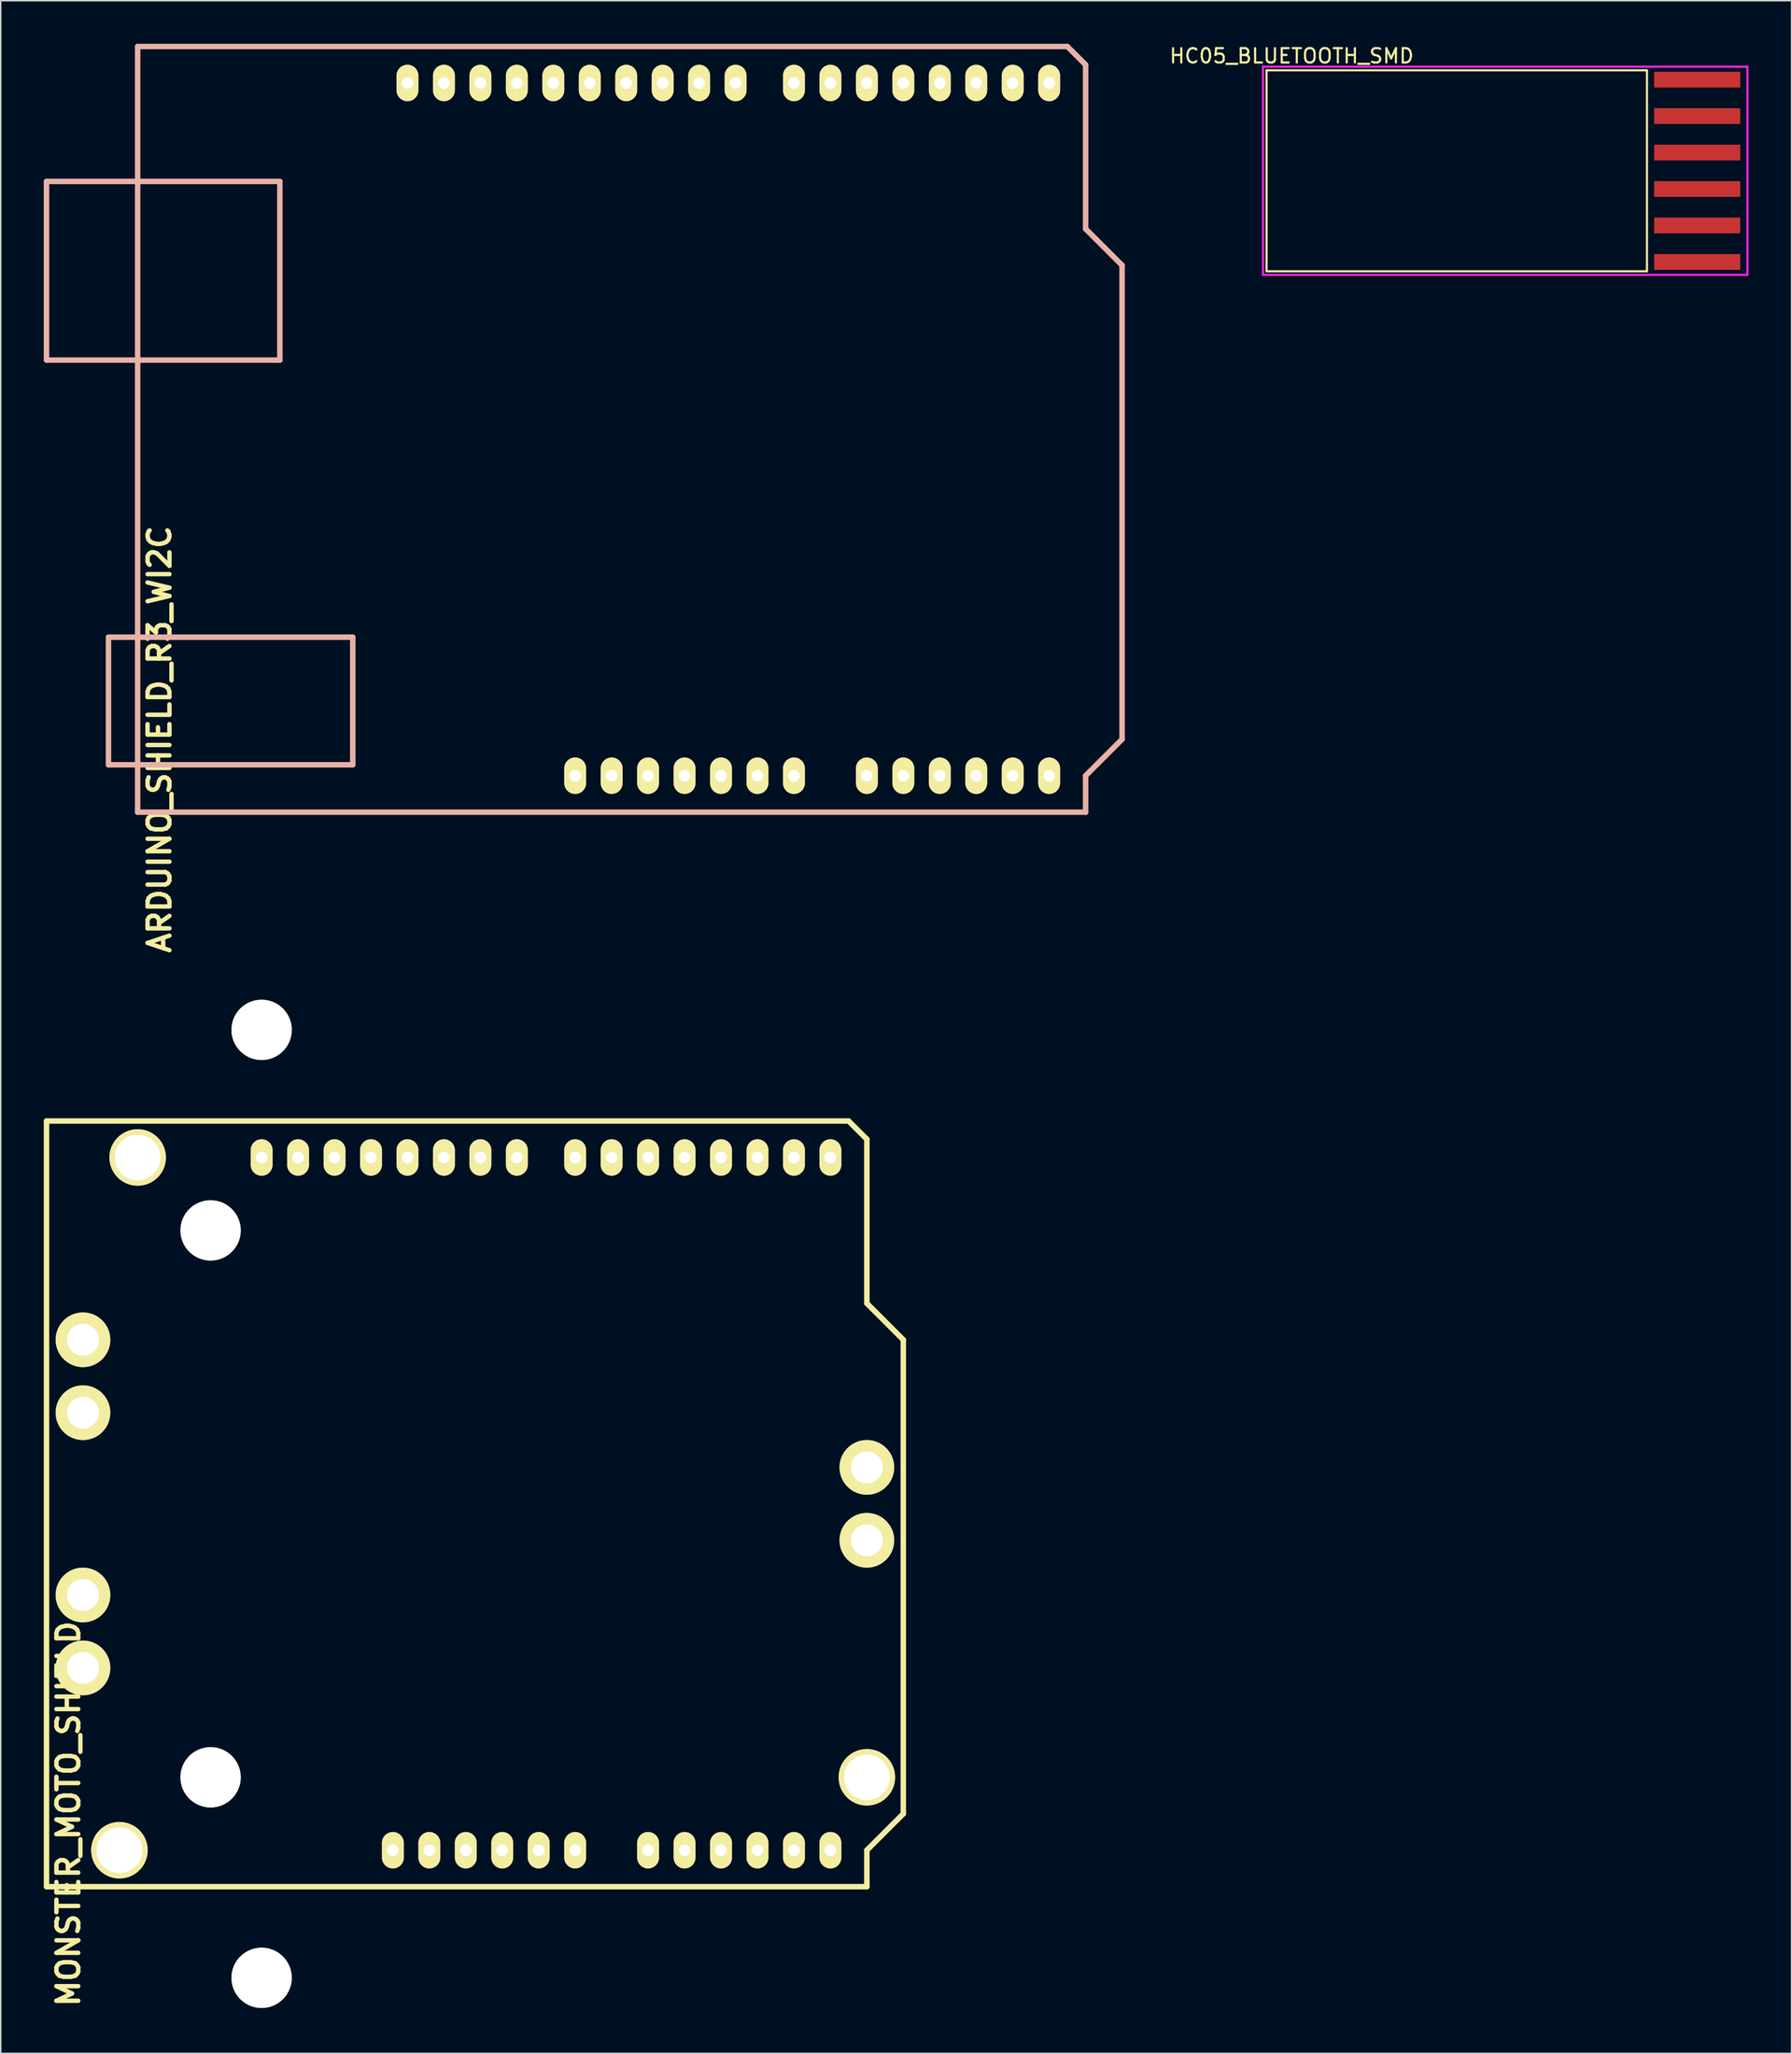
<source format=kicad_pcb>
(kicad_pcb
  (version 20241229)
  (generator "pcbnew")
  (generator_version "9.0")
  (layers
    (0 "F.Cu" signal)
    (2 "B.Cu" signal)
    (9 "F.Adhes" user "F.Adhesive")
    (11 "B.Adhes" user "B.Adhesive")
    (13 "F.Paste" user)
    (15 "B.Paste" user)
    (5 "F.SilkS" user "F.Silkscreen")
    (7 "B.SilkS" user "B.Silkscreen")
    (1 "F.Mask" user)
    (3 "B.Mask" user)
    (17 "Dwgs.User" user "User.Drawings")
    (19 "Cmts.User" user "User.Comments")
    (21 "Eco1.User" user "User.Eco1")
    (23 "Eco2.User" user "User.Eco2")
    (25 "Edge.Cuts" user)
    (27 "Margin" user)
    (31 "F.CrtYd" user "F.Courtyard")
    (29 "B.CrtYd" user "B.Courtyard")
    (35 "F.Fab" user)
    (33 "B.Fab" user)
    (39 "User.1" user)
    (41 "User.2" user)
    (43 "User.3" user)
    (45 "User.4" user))
  (footprint "MONSTER_MOTO_SHIELD"
    (layer "F.Cu")
    (at 59.88 128.386)
    (property "Reference" "MONSTER_MOTO_SHIELD" (at -58.166 -5.08 90) (layer "F.SilkS") (effects (font (size 1.524 1.524) (thickness 0.305))))
    (attr through_hole)
    (fp_line (start -59.69 0) (end -59.69 -53.34) (stroke (width 0.381) (type solid)) (layer "F.SilkS"))
    (fp_line (start -3.81 -53.34) (end -59.69 -53.34) (stroke (width 0.381) (type solid)) (layer "F.SilkS"))
    (fp_line (start -2.54 -52.07) (end -3.81 -53.34) (stroke (width 0.381) (type solid)) (layer "F.SilkS"))
    (fp_line (start -2.54 -40.64) (end -2.54 -52.07) (stroke (width 0.381) (type solid)) (layer "F.SilkS"))
    (fp_line (start -2.54 -40.64) (end 0 -38.1) (stroke (width 0.381) (type solid)) (layer "F.SilkS"))
    (fp_line (start -2.54 -2.54) (end -2.54 0) (stroke (width 0.381) (type solid)) (layer "F.SilkS"))
    (fp_line (start -2.54 0) (end -59.69 0) (stroke (width 0.381) (type solid)) (layer "F.SilkS"))
    (fp_line (start 0 -38.1) (end 0 -5.08) (stroke (width 0.381) (type solid)) (layer "F.SilkS"))
    (fp_line (start 0 -5.08) (end -2.54 -2.54) (stroke (width 0.381) (type solid)) (layer "F.SilkS"))
    (pad "" thru_hole circle (at -54.61 -2.54 90) (size 3.937 3.937) (drill 3.175) (layers "*.Cu" "*.Mask" "F.SilkS"))
    (pad "" thru_hole circle (at -53.34 -50.8 90) (size 3.937 3.937) (drill 3.175) (layers "*.Cu" "*.Mask" "F.SilkS"))
    (pad "" np_thru_hole circle (at -48.26 -45.72) (size 4.2 4.2) (drill 4.2) (layers "*.Cu" "*.Mask" "F.SilkS"))
    (pad "" np_thru_hole circle (at -48.26 -7.62) (size 4.2 4.2) (drill 4.2) (layers "*.Cu" "*.Mask" "F.SilkS"))
    (pad "" np_thru_hole circle (at -44.705 -59.69) (size 4.2 4.2) (drill 4.2) (layers "*.Cu" "*.Mask" "F.SilkS"))
    (pad "" np_thru_hole circle (at -44.705 6.35) (size 4.2 4.2) (drill 4.2) (layers "*.Cu" "*.Mask" "F.SilkS"))
    (pad "" thru_hole circle (at -2.54 -7.62 90) (size 3.937 3.937) (drill 3.175) (layers "*.Cu" "*.Mask" "F.SilkS"))
    (pad "+12V" thru_hole circle (at -2.54 -24.13) (size 3.81 3.81) (drill 2.223) (layers "*.Cu" "*.Mask" "F.SilkS"))
    (pad "0" thru_hole oval (at -5.08 -50.8 90) (size 2.54 1.524) (drill 0.813) (layers "*.Cu" "*.Mask" "F.SilkS"))
    (pad "1" thru_hole oval (at -7.62 -50.8 90) (size 2.54 1.524) (drill 0.813) (layers "*.Cu" "*.Mask" "F.SilkS"))
    (pad "2" thru_hole oval (at -10.16 -50.8 90) (size 2.54 1.524) (drill 0.813) (layers "*.Cu" "*.Mask" "F.SilkS"))
    (pad "3" thru_hole oval (at -12.7 -50.8 90) (size 2.54 1.524) (drill 0.813) (layers "*.Cu" "*.Mask" "F.SilkS"))
    (pad "3V3" thru_hole oval (at -33.02 -2.54 90) (size 2.54 1.524) (drill 0.813) (layers "*.Cu" "*.Mask" "F.SilkS"))
    (pad "4" thru_hole oval (at -15.24 -50.8 90) (size 2.54 1.524) (drill 0.813) (layers "*.Cu" "*.Mask" "F.SilkS"))
    (pad "5" thru_hole oval (at -17.78 -50.8 90) (size 2.54 1.524) (drill 0.813) (layers "*.Cu" "*.Mask" "F.SilkS"))
    (pad "5V" thru_hole oval (at -30.48 -2.54 90) (size 2.54 1.524) (drill 0.813) (layers "*.Cu" "*.Mask" "F.SilkS"))
    (pad "6" thru_hole oval (at -20.32 -50.8 90) (size 2.54 1.524) (drill 0.813) (layers "*.Cu" "*.Mask" "F.SilkS"))
    (pad "7" thru_hole oval (at -22.86 -50.8 90) (size 2.54 1.524) (drill 0.813) (layers "*.Cu" "*.Mask" "F.SilkS"))
    (pad "8" thru_hole oval (at -26.924 -50.8 90) (size 2.54 1.524) (drill 0.813) (layers "*.Cu" "*.Mask" "F.SilkS"))
    (pad "9" thru_hole oval (at -29.464 -50.8 90) (size 2.54 1.524) (drill 0.813) (layers "*.Cu" "*.Mask" "F.SilkS"))
    (pad "10" thru_hole oval (at -32.004 -50.8 90) (size 2.54 1.524) (drill 0.813) (layers "*.Cu" "*.Mask" "F.SilkS"))
    (pad "11" thru_hole oval (at -34.544 -50.8 90) (size 2.54 1.524) (drill 0.813) (layers "*.Cu" "*.Mask" "F.SilkS"))
    (pad "12" thru_hole oval (at -37.084 -50.8 90) (size 2.54 1.524) (drill 0.813) (layers "*.Cu" "*.Mask" "F.SilkS"))
    (pad "13" thru_hole oval (at -39.624 -50.8 90) (size 2.54 1.524) (drill 0.813) (layers "*.Cu" "*.Mask" "F.SilkS"))
    (pad "AD0" thru_hole oval (at -17.78 -2.54 90) (size 2.54 1.524) (drill 0.813) (layers "*.Cu" "*.Mask" "F.SilkS"))
    (pad "AD1" thru_hole oval (at -15.24 -2.54 90) (size 2.54 1.524) (drill 0.813) (layers "*.Cu" "*.Mask" "F.SilkS"))
    (pad "AD2" thru_hole oval (at -12.7 -2.54 90) (size 2.54 1.524) (drill 0.813) (layers "*.Cu" "*.Mask" "F.SilkS"))
    (pad "AD3" thru_hole oval (at -10.16 -2.54 90) (size 2.54 1.524) (drill 0.813) (layers "*.Cu" "*.Mask" "F.SilkS"))
    (pad "AD4" thru_hole oval (at -7.62 -2.54 90) (size 2.54 1.524) (drill 0.813) (layers "*.Cu" "*.Mask" "F.SilkS"))
    (pad "AD5" thru_hole oval (at -5.08 -2.54 90) (size 2.54 1.524) (drill 0.813) (layers "*.Cu" "*.Mask" "F.SilkS"))
    (pad "AREF" thru_hole oval (at -44.704 -50.8 90) (size 2.54 1.524) (drill 0.813) (layers "*.Cu" "*.Mask" "F.SilkS"))
    (pad "GND1" thru_hole oval (at -27.94 -2.54 90) (size 2.54 1.524) (drill 0.813) (layers "*.Cu" "*.Mask" "F.SilkS"))
    (pad "GND2" thru_hole oval (at -25.4 -2.54 90) (size 2.54 1.524) (drill 0.813) (layers "*.Cu" "*.Mask" "F.SilkS"))
    (pad "GND3" thru_hole oval (at -42.164 -50.8 90) (size 2.54 1.524) (drill 0.813) (layers "*.Cu" "*.Mask" "F.SilkS"))
    (pad "OA1" thru_hole circle (at -57.15 -15.24) (size 3.81 3.81) (drill 2.223) (layers "*.Cu" "*.Mask" "F.SilkS"))
    (pad "OA2" thru_hole circle (at -57.15 -33.02) (size 3.81 3.81) (drill 2.223) (layers "*.Cu" "*.Mask" "F.SilkS"))
    (pad "OB1" thru_hole circle (at -57.15 -20.32) (size 3.81 3.81) (drill 2.223) (layers "*.Cu" "*.Mask" "F.SilkS"))
    (pad "OB2" thru_hole circle (at -57.15 -38.1) (size 3.81 3.81) (drill 2.223) (layers "*.Cu" "*.Mask" "F.SilkS"))
    (pad "PGND" thru_hole circle (at -2.54 -29.21) (size 3.81 3.81) (drill 2.223) (layers "*.Cu" "*.Mask" "F.SilkS"))
    (pad "RST" thru_hole oval (at -35.56 -2.54 90) (size 2.54 1.524) (drill 0.813) (layers "*.Cu" "*.Mask" "F.SilkS"))
    (pad "V_IN" thru_hole oval (at -22.86 -2.54 90) (size 2.54 1.524) (drill 0.813) (layers "*.Cu" "*.Mask" "F.SilkS")))
  (footprint "HC05_BLUETOOTH_SMD"
    (layer "F.Cu")
    (at 115.186 8.848)
    (property "Reference" "HC05_BLUETOOTH_SMD" (at -28.25 -8 0) (layer "F.SilkS") (effects (font (size 1 1) (thickness 0.15))))
    (attr through_hole)
    (fp_line (start -30 -7) (end -30 7) (stroke (width 0.15) (type solid)) (layer "F.SilkS"))
    (fp_line (start -30 7) (end -3.5 7) (stroke (width 0.15) (type solid)) (layer "F.SilkS"))
    (fp_line (start -3.5 -7) (end -30 -7) (stroke (width 0.15) (type solid)) (layer "F.SilkS"))
    (fp_line (start -3.5 -7) (end -3.5 7) (stroke (width 0.15) (type solid)) (layer "F.SilkS"))
    (fp_line (start -30.25 -7.25) (end -30.25 7.25) (stroke (width 0.15) (type solid)) (layer "F.CrtYd"))
    (fp_line (start -30.25 7.25) (end 3.5 7.25) (stroke (width 0.15) (type solid)) (layer "F.CrtYd"))
    (fp_line (start 3.5 -7.25) (end -30.25 -7.25) (stroke (width 0.15) (type solid)) (layer "F.CrtYd"))
    (fp_line (start 3.5 7.25) (end 3.5 -7.25) (stroke (width 0.15) (type solid)) (layer "F.CrtYd"))
    (pad "1" smd rect (at 0 -6.35) (size 6 1.1) (layers "F.Cu" "F.Mask" "F.Paste"))
    (pad "2" smd rect (at 0 -3.81) (size 6 1.1) (layers "F.Cu" "F.Mask" "F.Paste"))
    (pad "3" smd rect (at 0 -1.27) (size 6 1.1) (layers "F.Cu" "F.Mask" "F.Paste"))
    (pad "4" smd rect (at 0 1.27) (size 6 1.1) (layers "F.Cu" "F.Mask" "F.Paste"))
    (pad "5" smd rect (at 0 3.81) (size 6 1.1) (layers "F.Cu" "F.Mask" "F.Paste"))
    (pad "6" smd rect (at 0 6.35) (size 6 1.1) (layers "F.Cu" "F.Mask" "F.Paste")))
  (footprint "ARDUINO_SHIELD_R3_WI2C"
    (layer "F.Cu")
    (at 6.54 53.531)
    (property "Reference" "ARDUINO_SHIELD_R3_WI2C" (at 1.524 -5.08 90) (layer "F.SilkS") (effects (font (size 1.524 1.524) (thickness 0.305))))
    (attr through_hole)
    (fp_line (start -6.35 -43.942) (end 9.906 -43.942) (stroke (width 0.381) (type solid)) (layer "B.SilkS"))
    (fp_line (start -6.35 -31.496) (end -6.35 -43.942) (stroke (width 0.381) (type solid)) (layer "B.SilkS"))
    (fp_line (start -6.35 -31.496) (end 9.906 -31.496) (stroke (width 0.381) (type solid)) (layer "B.SilkS"))
    (fp_line (start -2.032 -3.302) (end -2.032 -12.192) (stroke (width 0.381) (type solid)) (layer "B.SilkS"))
    (fp_line (start 0 0) (end 0 -53.34) (stroke (width 0.381) (type solid)) (layer "B.SilkS"))
    (fp_line (start 9.906 -31.496) (end 9.906 -43.942) (stroke (width 0.381) (type solid)) (layer "B.SilkS"))
    (fp_line (start 14.986 -12.192) (end -2.032 -12.192) (stroke (width 0.381) (type solid)) (layer "B.SilkS"))
    (fp_line (start 14.986 -3.302) (end -2.032 -3.302) (stroke (width 0.381) (type solid)) (layer "B.SilkS"))
    (fp_line (start 14.986 -3.302) (end 14.986 -12.192) (stroke (width 0.381) (type solid)) (layer "B.SilkS"))
    (fp_line (start 64.77 -53.34) (end 0 -53.34) (stroke (width 0.381) (type solid)) (layer "B.SilkS"))
    (fp_line (start 66.04 -52.07) (end 64.77 -53.34) (stroke (width 0.381) (type solid)) (layer "B.SilkS"))
    (fp_line (start 66.04 -40.64) (end 66.04 -52.07) (stroke (width 0.381) (type solid)) (layer "B.SilkS"))
    (fp_line (start 66.04 -40.64) (end 68.58 -38.1) (stroke (width 0.381) (type solid)) (layer "B.SilkS"))
    (fp_line (start 66.04 -2.54) (end 66.04 0) (stroke (width 0.381) (type solid)) (layer "B.SilkS"))
    (fp_line (start 66.04 0) (end 0 0) (stroke (width 0.381) (type solid)) (layer "B.SilkS"))
    (fp_line (start 68.58 -38.1) (end 68.58 -5.08) (stroke (width 0.381) (type solid)) (layer "B.SilkS"))
    (fp_line (start 68.58 -5.08) (end 66.04 -2.54) (stroke (width 0.381) (type solid)) (layer "B.SilkS"))
    (pad "0" thru_hole oval (at 63.5 -50.8 90) (size 2.54 1.524) (drill 0.813) (layers "*.Cu" "*.Mask" "F.SilkS"))
    (pad "1" thru_hole oval (at 60.96 -50.8 90) (size 2.54 1.524) (drill 0.813) (layers "*.Cu" "*.Mask" "F.SilkS"))
    (pad "2" thru_hole oval (at 58.42 -50.8 90) (size 2.54 1.524) (drill 0.813) (layers "*.Cu" "*.Mask" "F.SilkS"))
    (pad "3" thru_hole oval (at 55.88 -50.8 90) (size 2.54 1.524) (drill 0.813) (layers "*.Cu" "*.Mask" "F.SilkS"))
    (pad "3V3" thru_hole oval (at 35.56 -2.54 90) (size 2.54 1.524) (drill 0.813) (layers "*.Cu" "*.Mask" "F.SilkS"))
    (pad "4" thru_hole oval (at 53.34 -50.8 90) (size 2.54 1.524) (drill 0.813) (layers "*.Cu" "*.Mask" "F.SilkS"))
    (pad "5" thru_hole oval (at 50.8 -50.8 90) (size 2.54 1.524) (drill 0.813) (layers "*.Cu" "*.Mask" "F.SilkS"))
    (pad "5V" thru_hole oval (at 38.1 -2.54 90) (size 2.54 1.524) (drill 0.813) (layers "*.Cu" "*.Mask" "F.SilkS"))
    (pad "6" thru_hole oval (at 48.26 -50.8 90) (size 2.54 1.524) (drill 0.813) (layers "*.Cu" "*.Mask" "F.SilkS"))
    (pad "7" thru_hole oval (at 45.72 -50.8 90) (size 2.54 1.524) (drill 0.813) (layers "*.Cu" "*.Mask" "F.SilkS"))
    (pad "8" thru_hole oval (at 41.656 -50.8 90) (size 2.54 1.524) (drill 0.813) (layers "*.Cu" "*.Mask" "F.SilkS"))
    (pad "9" thru_hole oval (at 39.116 -50.8 90) (size 2.54 1.524) (drill 0.813) (layers "*.Cu" "*.Mask" "F.SilkS"))
    (pad "10" thru_hole oval (at 36.576 -50.8 90) (size 2.54 1.524) (drill 0.813) (layers "*.Cu" "*.Mask" "F.SilkS"))
    (pad "11" thru_hole oval (at 34.036 -50.8 90) (size 2.54 1.524) (drill 0.813) (layers "*.Cu" "*.Mask" "F.SilkS"))
    (pad "12" thru_hole oval (at 31.496 -50.8 90) (size 2.54 1.524) (drill 0.813) (layers "*.Cu" "*.Mask" "F.SilkS"))
    (pad "13" thru_hole oval (at 28.956 -50.8 90) (size 2.54 1.524) (drill 0.813) (layers "*.Cu" "*.Mask" "F.SilkS"))
    (pad "AD0" thru_hole oval (at 50.8 -2.54 90) (size 2.54 1.524) (drill 0.813) (layers "*.Cu" "*.Mask" "F.SilkS"))
    (pad "AD1" thru_hole oval (at 53.34 -2.54 90) (size 2.54 1.524) (drill 0.813) (layers "*.Cu" "*.Mask" "F.SilkS"))
    (pad "AD2" thru_hole oval (at 55.88 -2.54 90) (size 2.54 1.524) (drill 0.813) (layers "*.Cu" "*.Mask" "F.SilkS"))
    (pad "AD3" thru_hole oval (at 58.42 -2.54 90) (size 2.54 1.524) (drill 0.813) (layers "*.Cu" "*.Mask" "F.SilkS"))
    (pad "AD4" thru_hole oval (at 60.96 -2.54 90) (size 2.54 1.524) (drill 0.813) (layers "*.Cu" "*.Mask" "F.SilkS"))
    (pad "AD5" thru_hole oval (at 63.5 -2.54 90) (size 2.54 1.524) (drill 0.813) (layers "*.Cu" "*.Mask" "F.SilkS"))
    (pad "AREF" thru_hole oval (at 23.876 -50.8 90) (size 2.54 1.524) (drill 0.813) (layers "*.Cu" "*.Mask" "F.SilkS"))
    (pad "GND1" thru_hole oval (at 40.64 -2.54 90) (size 2.54 1.524) (drill 0.813) (layers "*.Cu" "*.Mask" "F.SilkS"))
    (pad "GND2" thru_hole oval (at 43.18 -2.54 90) (size 2.54 1.524) (drill 0.813) (layers "*.Cu" "*.Mask" "F.SilkS"))
    (pad "GND3" thru_hole oval (at 26.416 -50.8 90) (size 2.54 1.524) (drill 0.813) (layers "*.Cu" "*.Mask" "F.SilkS"))
    (pad "IORE" thru_hole oval (at 30.48 -2.54 90) (size 2.54 1.524) (drill 0.813) (layers "*.Cu" "*.Mask" "F.SilkS"))
    (pad "RST" thru_hole oval (at 33.02 -2.54 90) (size 2.54 1.524) (drill 0.813) (layers "*.Cu" "*.Mask" "F.SilkS"))
    (pad "SCL" thru_hole oval (at 18.796 -50.8 90) (size 2.54 1.524) (drill 0.813) (layers "*.Cu" "*.Mask" "F.SilkS"))
    (pad "SDA" thru_hole oval (at 21.336 -50.8 90) (size 2.54 1.524) (drill 0.813) (layers "*.Cu" "*.Mask" "F.SilkS"))
    (pad "V_IN" thru_hole oval (at 45.72 -2.54 90) (size 2.54 1.524) (drill 0.813) (layers "*.Cu" "*.Mask" "F.SilkS")))
  (gr_rect
    (start -3 -3)
    (end 121.761 140)
    (stroke (width 0.1) (type default))
    (fill no)
    (layer "Edge.Cuts")))
</source>
